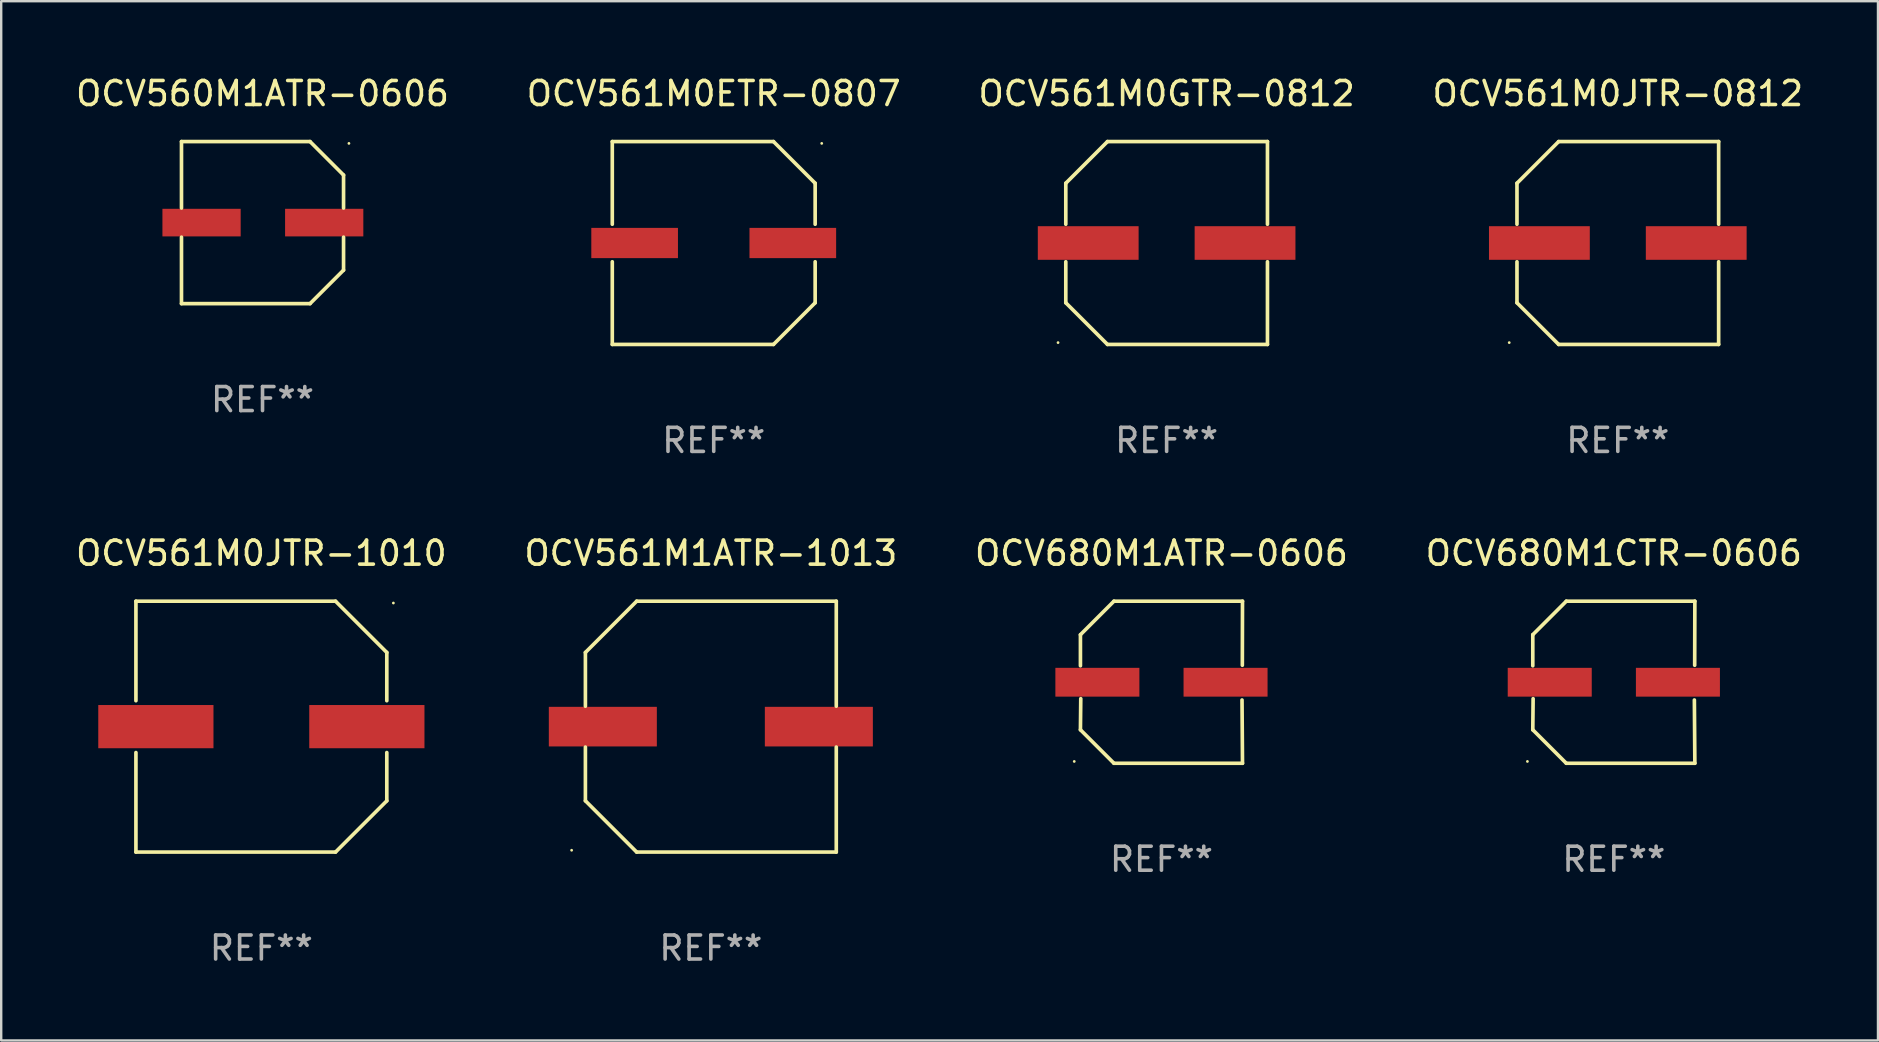
<source format=kicad_pcb>
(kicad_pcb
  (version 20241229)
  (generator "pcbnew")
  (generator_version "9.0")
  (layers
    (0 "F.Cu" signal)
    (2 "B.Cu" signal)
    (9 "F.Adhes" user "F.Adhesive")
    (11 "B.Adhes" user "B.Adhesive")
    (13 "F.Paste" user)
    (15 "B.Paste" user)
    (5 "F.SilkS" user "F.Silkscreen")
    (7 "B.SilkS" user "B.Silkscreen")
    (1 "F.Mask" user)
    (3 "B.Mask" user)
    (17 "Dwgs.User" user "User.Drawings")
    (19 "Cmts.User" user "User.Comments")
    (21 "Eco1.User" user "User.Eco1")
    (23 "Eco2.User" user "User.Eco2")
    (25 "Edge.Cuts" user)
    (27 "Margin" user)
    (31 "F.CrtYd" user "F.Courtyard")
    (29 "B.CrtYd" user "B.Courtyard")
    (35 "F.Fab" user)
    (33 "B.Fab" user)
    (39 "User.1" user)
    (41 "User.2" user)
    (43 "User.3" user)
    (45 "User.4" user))
  (footprint "OCV561M0JTR-0812"
    (layer "F.Cu")
    (at 64.351 7.074)
    (property "Reference" "OCV561M0JTR-0812" (at 0 -6.226 0) (layer "F.SilkS") (effects (font (size 1 1) (thickness 0.15))))
    (attr through_hole)
    (fp_line (start -4.201 -2.49) (end -4.201 -0.782) (stroke (width 0.152) (type solid)) (layer "F.SilkS"))
    (fp_line (start -4.201 2.49) (end -4.201 0.782) (stroke (width 0.152) (type solid)) (layer "F.SilkS"))
    (fp_line (start -2.465 -4.226) (end -4.201 -2.49) (stroke (width 0.152) (type solid)) (layer "F.SilkS"))
    (fp_line (start -2.465 4.226) (end -4.201 2.49) (stroke (width 0.152) (type solid)) (layer "F.SilkS"))
    (fp_line (start 4.201 -4.226) (end -2.465 -4.226) (stroke (width 0.152) (type solid)) (layer "F.SilkS"))
    (fp_line (start 4.201 -0.782) (end 4.201 -4.226) (stroke (width 0.152) (type solid)) (layer "F.SilkS"))
    (fp_line (start 4.201 0.782) (end 4.201 4.226) (stroke (width 0.152) (type solid)) (layer "F.SilkS"))
    (fp_line (start 4.201 4.226) (end -2.465 4.226) (stroke (width 0.152) (type solid)) (layer "F.SilkS"))
    (fp_circle (center -4.524 4.15) (end -4.494 4.15) (stroke (width 0.06) (type solid)) (fill no) (layer "F.SilkS"))
    (fp_text user "REF**" (at 0 8.226 0) (layer "F.Fab") (effects (font (size 1 1) (thickness 0.15))))
    (pad "1" smd rect (at -3.267 0) (size 4.2 1.4) (layers "F.Cu" "F.Mask" "F.Paste"))
    (pad "2" smd rect (at 3.267 0) (size 4.2 1.4) (layers "F.Cu" "F.Mask" "F.Paste")))
  (footprint "OCV561M1ATR-1013"
    (layer "F.Cu")
    (at 26.565 27.223)
    (property "Reference" "OCV561M1ATR-1013" (at 0 -7.226 0) (layer "F.SilkS") (effects (font (size 1 1) (thickness 0.15))))
    (attr through_hole)
    (fp_line (start -5.226 -3.09) (end -5.226 -0.852) (stroke (width 0.152) (type solid)) (layer "F.SilkS"))
    (fp_line (start -5.226 3.09) (end -5.226 0.852) (stroke (width 0.152) (type solid)) (layer "F.SilkS"))
    (fp_line (start -3.09 -5.226) (end -5.226 -3.09) (stroke (width 0.152) (type solid)) (layer "F.SilkS"))
    (fp_line (start -3.09 5.226) (end -5.226 3.09) (stroke (width 0.152) (type solid)) (layer "F.SilkS"))
    (fp_line (start 5.226 -5.226) (end -3.09 -5.226) (stroke (width 0.152) (type solid)) (layer "F.SilkS"))
    (fp_line (start 5.226 -0.852) (end 5.226 -5.226) (stroke (width 0.152) (type solid)) (layer "F.SilkS"))
    (fp_line (start 5.226 0.852) (end 5.226 5.226) (stroke (width 0.152) (type solid)) (layer "F.SilkS"))
    (fp_line (start 5.226 5.226) (end -3.09 5.226) (stroke (width 0.152) (type solid)) (layer "F.SilkS"))
    (fp_circle (center -5.8 5.15) (end -5.77 5.15) (stroke (width 0.06) (type solid)) (fill no) (layer "F.SilkS"))
    (fp_text user "REF**" (at 0 9.226 0) (layer "F.Fab") (effects (font (size 1 1) (thickness 0.15))))
    (pad "1" smd rect (at -4.5 0) (size 4.5 1.65) (layers "F.Cu" "F.Mask" "F.Paste"))
    (pad "2" smd rect (at 4.5 0) (size 4.5 1.65) (layers "F.Cu" "F.Mask" "F.Paste")))
  (footprint "OCV561M0GTR-0812"
    (layer "F.Cu")
    (at 45.554 7.074)
    (property "Reference" "OCV561M0GTR-0812" (at 0 -6.226 0) (layer "F.SilkS") (effects (font (size 1 1) (thickness 0.15))))
    (attr through_hole)
    (fp_line (start -4.201 -2.49) (end -4.201 -0.782) (stroke (width 0.152) (type solid)) (layer "F.SilkS"))
    (fp_line (start -4.201 2.49) (end -4.201 0.782) (stroke (width 0.152) (type solid)) (layer "F.SilkS"))
    (fp_line (start -2.465 -4.226) (end -4.201 -2.49) (stroke (width 0.152) (type solid)) (layer "F.SilkS"))
    (fp_line (start -2.465 4.226) (end -4.201 2.49) (stroke (width 0.152) (type solid)) (layer "F.SilkS"))
    (fp_line (start 4.201 -4.226) (end -2.465 -4.226) (stroke (width 0.152) (type solid)) (layer "F.SilkS"))
    (fp_line (start 4.201 -0.782) (end 4.201 -4.226) (stroke (width 0.152) (type solid)) (layer "F.SilkS"))
    (fp_line (start 4.201 0.782) (end 4.201 4.226) (stroke (width 0.152) (type solid)) (layer "F.SilkS"))
    (fp_line (start 4.201 4.226) (end -2.465 4.226) (stroke (width 0.152) (type solid)) (layer "F.SilkS"))
    (fp_circle (center -4.524 4.15) (end -4.494 4.15) (stroke (width 0.06) (type solid)) (fill no) (layer "F.SilkS"))
    (fp_text user "REF**" (at 0 8.226 0) (layer "F.Fab") (effects (font (size 1 1) (thickness 0.15))))
    (pad "1" smd rect (at -3.267 0) (size 4.2 1.4) (layers "F.Cu" "F.Mask" "F.Paste"))
    (pad "2" smd rect (at 3.267 0) (size 4.2 1.4) (layers "F.Cu" "F.Mask" "F.Paste")))
  (footprint "OCV680M1CTR-0606"
    (layer "F.Cu")
    (at 64.185 25.373)
    (property "Reference" "OCV680M1CTR-0606" (at 0 -5.376 0) (layer "F.SilkS") (effects (font (size 1 1) (thickness 0.15))))
    (attr through_hole)
    (fp_line (start -3.376 -1.98) (end -3.376 -0.686) (stroke (width 0.152) (type solid)) (layer "F.SilkS"))
    (fp_line (start -3.376 1.981) (end -3.362 0.686) (stroke (width 0.152) (type solid)) (layer "F.SilkS"))
    (fp_line (start -1.981 3.376) (end -3.376 1.981) (stroke (width 0.152) (type solid)) (layer "F.SilkS"))
    (fp_line (start -1.98 -3.376) (end -3.376 -1.98) (stroke (width 0.152) (type solid)) (layer "F.SilkS"))
    (fp_line (start 3.356 0.74) (end 3.376 3.376) (stroke (width 0.152) (type solid)) (layer "F.SilkS"))
    (fp_line (start 3.369 -0.707) (end 3.376 -3.376) (stroke (width 0.152) (type solid)) (layer "F.SilkS"))
    (fp_line (start 3.376 3.376) (end -1.981 3.376) (stroke (width 0.152) (type solid)) (layer "F.SilkS"))
    (fp_line (start 3.376 -3.376) (end -1.98 -3.376) (stroke (width 0.152) (type solid)) (layer "F.SilkS"))
    (fp_circle (center -3.6 3.3) (end -3.57 3.3) (stroke (width 0.06) (type solid)) (fill no) (layer "F.SilkS"))
    (fp_text user "REF**" (at 0 7.376 0) (layer "F.Fab") (effects (font (size 1 1) (thickness 0.15))))
    (pad "1" smd rect (at -2.67 0.000381) (size 3.5 1.2) (layers "F.Cu" "F.Mask" "F.Paste"))
    (pad "2" smd rect (at 2.67 0.000381) (size 3.5 1.2) (layers "F.Cu" "F.Mask" "F.Paste")))
  (footprint "OCV560M1ATR-0606"
    (layer "F.Cu")
    (at 7.887 6.224)
    (property "Reference" "OCV560M1ATR-0606" (at 0 -5.376 0) (layer "F.SilkS") (effects (font (size 1 1) (thickness 0.15))))
    (attr through_hole)
    (fp_line (start -3.376 -3.376) (end 1.98 -3.376) (stroke (width 0.152) (type solid)) (layer "F.SilkS"))
    (fp_line (start -3.376 -0.607) (end -3.376 -3.376) (stroke (width 0.152) (type solid)) (layer "F.SilkS"))
    (fp_line (start -3.376 0.607) (end -3.376 3.376) (stroke (width 0.152) (type solid)) (layer "F.SilkS"))
    (fp_line (start -3.376 3.376) (end 1.98 3.376) (stroke (width 0.152) (type solid)) (layer "F.SilkS"))
    (fp_line (start 1.98 -3.376) (end 3.376 -1.98) (stroke (width 0.152) (type solid)) (layer "F.SilkS"))
    (fp_line (start 1.98 3.376) (end 3.376 1.98) (stroke (width 0.152) (type solid)) (layer "F.SilkS"))
    (fp_line (start 3.376 -1.98) (end 3.376 -0.607) (stroke (width 0.152) (type solid)) (layer "F.SilkS"))
    (fp_line (start 3.376 1.98) (end 3.376 0.607) (stroke (width 0.152) (type solid)) (layer "F.SilkS"))
    (fp_circle (center 3.6 -3.3) (end 3.63 -3.3) (stroke (width 0.06) (type solid)) (fill no) (layer "F.SilkS"))
    (fp_text user "REF**" (at 0 7.376 0) (layer "F.Fab") (effects (font (size 1 1) (thickness 0.15))))
    (pad "1" smd rect (at 2.57 0 180) (size 3.26 1.15) (layers "F.Cu" "F.Mask" "F.Paste"))
    (pad "2" smd rect (at -2.54 0 180) (size 3.26 1.15) (layers "F.Cu" "F.Mask" "F.Paste")))
  (footprint "OCV680M1ATR-0606"
    (layer "F.Cu")
    (at 45.339 25.373)
    (property "Reference" "OCV680M1ATR-0606" (at 0 -5.376 0) (layer "F.SilkS") (effects (font (size 1 1) (thickness 0.15))))
    (attr through_hole)
    (fp_line (start -3.376 -1.98) (end -3.376 -0.686) (stroke (width 0.152) (type solid)) (layer "F.SilkS"))
    (fp_line (start -3.376 1.981) (end -3.362 0.686) (stroke (width 0.152) (type solid)) (layer "F.SilkS"))
    (fp_line (start -1.981 3.376) (end -3.376 1.981) (stroke (width 0.152) (type solid)) (layer "F.SilkS"))
    (fp_line (start -1.98 -3.376) (end -3.376 -1.98) (stroke (width 0.152) (type solid)) (layer "F.SilkS"))
    (fp_line (start 3.356 0.74) (end 3.376 3.376) (stroke (width 0.152) (type solid)) (layer "F.SilkS"))
    (fp_line (start 3.369 -0.707) (end 3.376 -3.376) (stroke (width 0.152) (type solid)) (layer "F.SilkS"))
    (fp_line (start 3.376 3.376) (end -1.981 3.376) (stroke (width 0.152) (type solid)) (layer "F.SilkS"))
    (fp_line (start 3.376 -3.376) (end -1.98 -3.376) (stroke (width 0.152) (type solid)) (layer "F.SilkS"))
    (fp_circle (center -3.634 3.3) (end -3.604 3.3) (stroke (width 0.06) (type solid)) (fill no) (layer "F.SilkS"))
    (fp_text user "REF**" (at 0 7.376 0) (layer "F.Fab") (effects (font (size 1 1) (thickness 0.15))))
    (pad "1" smd rect (at -2.67 0.000254) (size 3.5 1.2) (layers "F.Cu" "F.Mask" "F.Paste"))
    (pad "2" smd rect (at 2.67 0.000254) (size 3.5 1.2) (layers "F.Cu" "F.Mask" "F.Paste")))
  (footprint "OCV561M0ETR-0807"
    (layer "F.Cu")
    (at 26.685 7.074)
    (property "Reference" "OCV561M0ETR-0807" (at 0 -6.226 0) (layer "F.SilkS") (effects (font (size 1 1) (thickness 0.15))))
    (attr through_hole)
    (fp_line (start -4.226 -4.226) (end 2.49 -4.226) (stroke (width 0.152) (type solid)) (layer "F.SilkS"))
    (fp_line (start -4.226 -0.782) (end -4.226 -4.226) (stroke (width 0.152) (type solid)) (layer "F.SilkS"))
    (fp_line (start -4.226 0.782) (end -4.226 4.226) (stroke (width 0.152) (type solid)) (layer "F.SilkS"))
    (fp_line (start -4.226 4.226) (end 2.49 4.226) (stroke (width 0.152) (type solid)) (layer "F.SilkS"))
    (fp_line (start 2.49 -4.226) (end 4.226 -2.49) (stroke (width 0.152) (type solid)) (layer "F.SilkS"))
    (fp_line (start 2.49 4.226) (end 4.226 2.49) (stroke (width 0.152) (type solid)) (layer "F.SilkS"))
    (fp_line (start 4.226 -2.49) (end 4.226 -0.782) (stroke (width 0.152) (type solid)) (layer "F.SilkS"))
    (fp_line (start 4.226 2.49) (end 4.226 0.782) (stroke (width 0.152) (type solid)) (layer "F.SilkS"))
    (fp_circle (center 4.5 -4.15) (end 4.53 -4.15) (stroke (width 0.06) (type solid)) (fill no) (layer "F.SilkS"))
    (fp_text user "REF**" (at 0 8.226 0) (layer "F.Fab") (effects (font (size 1 1) (thickness 0.15))))
    (pad "1" smd rect (at 3.295 0 180) (size 3.61 1.26) (layers "F.Cu" "F.Mask" "F.Paste"))
    (pad "2" smd rect (at -3.295 0 180) (size 3.61 1.26) (layers "F.Cu" "F.Mask" "F.Paste")))
  (footprint "OCV561M0JTR-1010"
    (layer "F.Cu")
    (at 7.839 27.223)
    (property "Reference" "OCV561M0JTR-1010" (at 0 -7.226 0) (layer "F.SilkS") (effects (font (size 1 1) (thickness 0.15))))
    (attr through_hole)
    (fp_line (start -5.226 -5.226) (end -5.226 -1.08) (stroke (width 0.152) (type solid)) (layer "F.SilkS"))
    (fp_line (start -5.226 -5.226) (end 3.09 -5.226) (stroke (width 0.152) (type solid)) (layer "F.SilkS"))
    (fp_line (start -5.226 1.08) (end -5.226 5.226) (stroke (width 0.152) (type solid)) (layer "F.SilkS"))
    (fp_line (start -5.226 5.226) (end 3.09 5.226) (stroke (width 0.152) (type solid)) (layer "F.SilkS"))
    (fp_line (start 3.09 -5.226) (end 5.226 -3.09) (stroke (width 0.152) (type solid)) (layer "F.SilkS"))
    (fp_line (start 3.09 5.226) (end 5.226 3.09) (stroke (width 0.152) (type solid)) (layer "F.SilkS"))
    (fp_line (start 5.226 -1.08) (end 5.226 -3.09) (stroke (width 0.152) (type solid)) (layer "F.SilkS"))
    (fp_line (start 5.226 3.09) (end 5.226 1.08) (stroke (width 0.152) (type solid)) (layer "F.SilkS"))
    (fp_circle (center 5.5 -5.15) (end 5.53 -5.15) (stroke (width 0.06) (type solid)) (fill no) (layer "F.SilkS"))
    (fp_text user "REF**" (at 0 9.226 0) (layer "F.Fab") (effects (font (size 1 1) (thickness 0.15))))
    (pad "1" smd rect (at 4.395 0 180) (size 4.8 1.8) (layers "F.Cu" "F.Mask" "F.Paste"))
    (pad "2" smd rect (at -4.395 0 180) (size 4.8 1.8) (layers "F.Cu" "F.Mask" "F.Paste")))
  (gr_rect
    (start -3 -3)
    (end 75.19 40.298)
    (stroke (width 0.1) (type default))
    (fill no)
    (layer "Edge.Cuts")))
</source>
